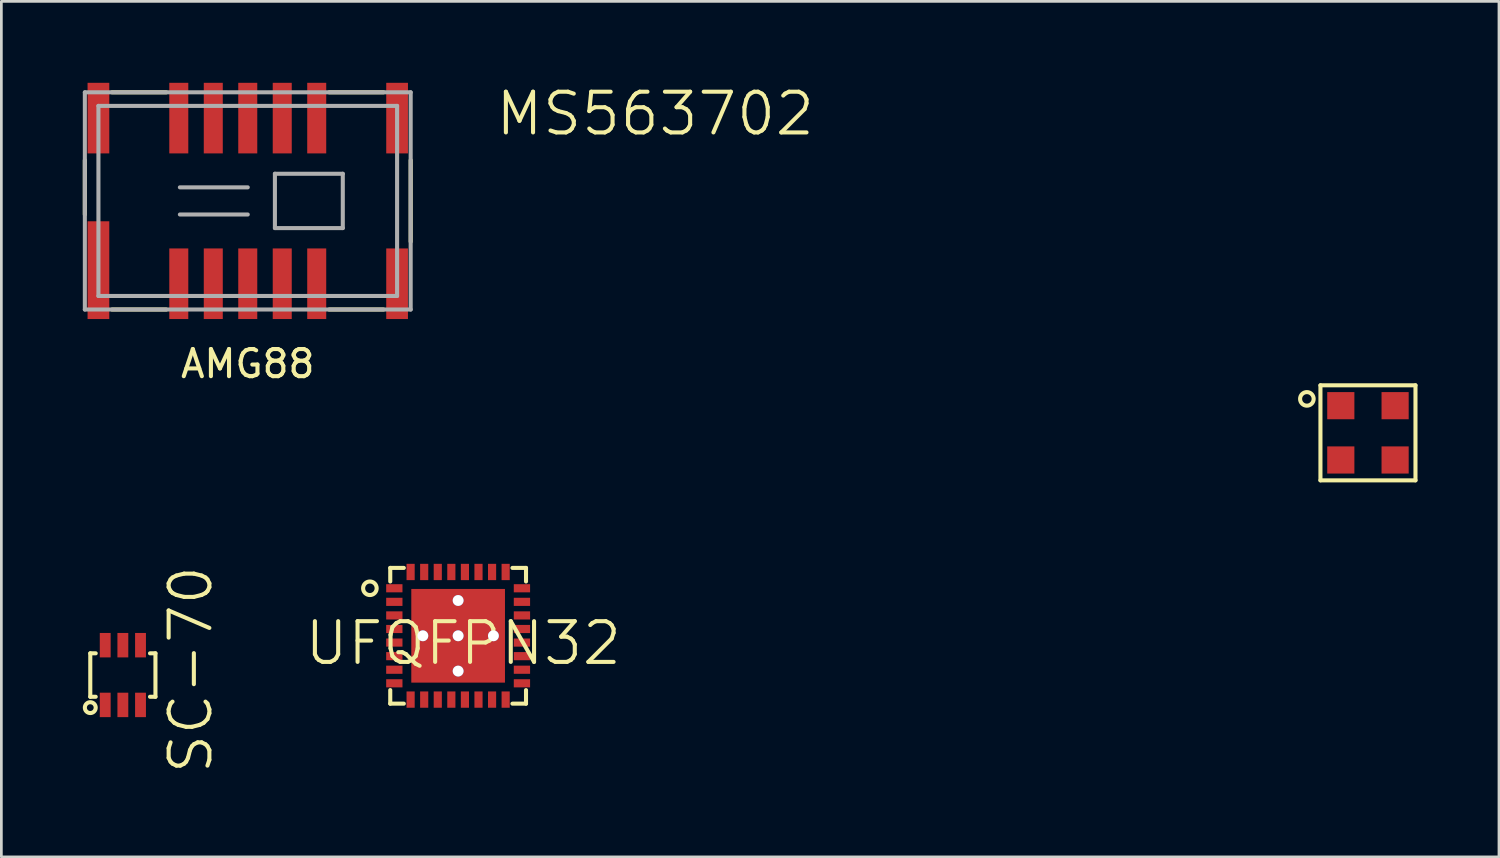
<source format=kicad_pcb>
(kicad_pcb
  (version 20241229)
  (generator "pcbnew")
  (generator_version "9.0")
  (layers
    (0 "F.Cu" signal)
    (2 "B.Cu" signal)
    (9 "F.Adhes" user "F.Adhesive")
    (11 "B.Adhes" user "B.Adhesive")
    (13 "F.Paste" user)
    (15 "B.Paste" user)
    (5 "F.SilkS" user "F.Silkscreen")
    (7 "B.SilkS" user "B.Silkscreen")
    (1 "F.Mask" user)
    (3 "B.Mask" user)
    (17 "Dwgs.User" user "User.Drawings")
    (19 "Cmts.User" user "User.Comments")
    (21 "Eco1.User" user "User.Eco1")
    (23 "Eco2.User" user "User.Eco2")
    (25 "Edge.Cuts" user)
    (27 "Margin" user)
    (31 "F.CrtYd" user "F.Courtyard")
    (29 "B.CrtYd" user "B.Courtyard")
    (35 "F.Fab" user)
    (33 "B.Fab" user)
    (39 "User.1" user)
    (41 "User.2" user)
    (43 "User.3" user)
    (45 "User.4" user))
  (footprint "MS563702"
    (layer "F.Cu")
    (at 47.332 12.891)
    (property "Reference" "MS563702" (at -26.25 -11.75 0) (layer "F.SilkS") (effects (font (size 1.5 1.5) (thickness 0.15))))
    (attr through_hole)
    (fp_line (start -1.75 -1.75) (end -1.75 1.75) (stroke (width 0.15) (type solid)) (layer "F.SilkS"))
    (fp_line (start -1.75 1.75) (end 1.75 1.75) (stroke (width 0.15) (type solid)) (layer "F.SilkS"))
    (fp_line (start 1.75 -1.75) (end -1.75 -1.75) (stroke (width 0.15) (type solid)) (layer "F.SilkS"))
    (fp_line (start 1.75 1.75) (end 1.75 -1.75) (stroke (width 0.15) (type solid)) (layer "F.SilkS"))
    (fp_circle (center -2.25 -1.25) (end -2 -1.25) (stroke (width 0.15) (type solid)) (fill no) (layer "F.SilkS"))
    (pad "1" smd rect (at -1 -1) (size 1 1) (layers "F.Cu" "F.Mask" "F.Paste"))
    (pad "2" smd rect (at -1 1) (size 1 1) (layers "F.Cu" "F.Mask" "F.Paste"))
    (pad "3" smd rect (at 1 -1) (size 1 1) (layers "F.Cu" "F.Mask" "F.Paste"))
    (pad "4" smd rect (at 1 1) (size 1 1) (layers "F.Cu" "F.Mask" "F.Paste")))
  (footprint "AMG88"
    (layer "F.Cu")
    (at 6.075 4.35)
    (property "Reference" "AMG88" (at 0 6 0) (layer "F.SilkS") (effects (font (size 1 1) (thickness 0.15))))
    (attr through_hole)
    (fp_line (start -6 -1.5) (end -6 0.5) (stroke (width 0.15) (type solid)) (layer "F.SilkS"))
    (fp_line (start -5 -4) (end -3 -4) (stroke (width 0.15) (type solid)) (layer "F.SilkS"))
    (fp_line (start -3 4) (end -5 4) (stroke (width 0.15) (type solid)) (layer "F.SilkS"))
    (fp_line (start 3 -4) (end 5 -4) (stroke (width 0.15) (type solid)) (layer "F.SilkS"))
    (fp_line (start 5 4) (end 3 4) (stroke (width 0.15) (type solid)) (layer "F.SilkS"))
    (fp_line (start 6 -1.5) (end 6 1.5) (stroke (width 0.15) (type solid)) (layer "F.SilkS"))
    (fp_line (start -6 -4) (end -6 4) (stroke (width 0.15) (type solid)) (layer "F.Fab"))
    (fp_line (start -6 4) (end 6 4) (stroke (width 0.15) (type solid)) (layer "F.Fab"))
    (fp_line (start -5.5 -3.5) (end -5.5 3.5) (stroke (width 0.15) (type solid)) (layer "F.Fab"))
    (fp_line (start -5.5 3.5) (end 5.5 3.5) (stroke (width 0.15) (type solid)) (layer "F.Fab"))
    (fp_line (start -2.5 -0.5) (end 0 -0.5) (stroke (width 0.15) (type solid)) (layer "F.Fab"))
    (fp_line (start 0 0.5) (end -2.5 0.5) (stroke (width 0.15) (type solid)) (layer "F.Fab"))
    (fp_line (start 1 -1) (end 1 1) (stroke (width 0.15) (type solid)) (layer "F.Fab"))
    (fp_line (start 1 1) (end 3.5 1) (stroke (width 0.15) (type solid)) (layer "F.Fab"))
    (fp_line (start 3.5 -1) (end 1 -1) (stroke (width 0.15) (type solid)) (layer "F.Fab"))
    (fp_line (start 3.5 1) (end 3.5 -1) (stroke (width 0.15) (type solid)) (layer "F.Fab"))
    (fp_line (start 5.5 -3.5) (end -5.5 -3.5) (stroke (width 0.15) (type solid)) (layer "F.Fab"))
    (fp_line (start 5.5 3.5) (end 5.5 -3.5) (stroke (width 0.15) (type solid)) (layer "F.Fab"))
    (fp_line (start 6 -4) (end -6 -4) (stroke (width 0.15) (type solid)) (layer "F.Fab"))
    (fp_line (start 6 4) (end 6 -4) (stroke (width 0.15) (type solid)) (layer "F.Fab"))
    (pad "1" smd rect (at -5.5 2.55) (size 0.8 3.6) (layers "F.Cu" "F.Mask" "F.Paste"))
    (pad "2" smd rect (at -2.54 3.05) (size 0.7 2.6) (layers "F.Cu" "F.Mask" "F.Paste"))
    (pad "3" smd rect (at -1.27 3.05) (size 0.7 2.6) (layers "F.Cu" "F.Mask" "F.Paste"))
    (pad "4" smd rect (at 0 3.05) (size 0.7 2.6) (layers "F.Cu" "F.Mask" "F.Paste"))
    (pad "5" smd rect (at 1.27 3.05) (size 0.7 2.6) (layers "F.Cu" "F.Mask" "F.Paste"))
    (pad "6" smd rect (at 2.54 3.05) (size 0.7 2.6) (layers "F.Cu" "F.Mask" "F.Paste"))
    (pad "7" smd rect (at 5.5 3.05) (size 0.8 2.6) (layers "F.Cu" "F.Mask" "F.Paste"))
    (pad "8" smd rect (at 5.5 -3.05) (size 0.8 2.6) (layers "F.Cu" "F.Mask" "F.Paste"))
    (pad "9" smd rect (at 2.54 -3.05) (size 0.7 2.6) (layers "F.Cu" "F.Mask" "F.Paste"))
    (pad "10" smd rect (at 1.27 -3.05) (size 0.7 2.6) (layers "F.Cu" "F.Mask" "F.Paste"))
    (pad "11" smd rect (at 0 -3.05) (size 0.7 2.6) (layers "F.Cu" "F.Mask" "F.Paste"))
    (pad "12" smd rect (at -1.27 -3.05) (size 0.7 2.6) (layers "F.Cu" "F.Mask" "F.Paste"))
    (pad "13" smd rect (at -2.54 -3.05) (size 0.7 2.6) (layers "F.Cu" "F.Mask" "F.Paste"))
    (pad "14" smd rect (at -5.5 -3.05) (size 0.8 2.6) (layers "F.Cu" "F.Mask" "F.Paste")))
  (footprint "UFQFPN32"
    (layer "F.Cu")
    (at 13.823 20.366)
    (property "Reference" "UFQFPN32" (at 0.189 0.275 0) (layer "F.SilkS") (effects (font (size 1.5 1.5) (thickness 0.15))))
    (attr through_hole)
    (fp_line (start -2.5 -2.5) (end -2 -2.5) (stroke (width 0.15) (type solid)) (layer "F.SilkS"))
    (fp_line (start -2.5 -2) (end -2.5 -2.5) (stroke (width 0.15) (type solid)) (layer "F.SilkS"))
    (fp_line (start -2.5 2) (end -2.5 2.5) (stroke (width 0.15) (type solid)) (layer "F.SilkS"))
    (fp_line (start -2.5 2.5) (end -2 2.5) (stroke (width 0.15) (type solid)) (layer "F.SilkS"))
    (fp_line (start 2 -2.5) (end 2.5 -2.5) (stroke (width 0.15) (type solid)) (layer "F.SilkS"))
    (fp_line (start 2.5 -2.5) (end 2.5 -2) (stroke (width 0.15) (type solid)) (layer "F.SilkS"))
    (fp_line (start 2.5 2) (end 2.5 2.5) (stroke (width 0.15) (type solid)) (layer "F.SilkS"))
    (fp_line (start 2.5 2.5) (end 2 2.5) (stroke (width 0.15) (type solid)) (layer "F.SilkS"))
    (fp_circle (center -3.25 -1.75) (end -3 -1.75) (stroke (width 0.15) (type solid)) (fill no) (layer "F.SilkS"))
    (pad "1" smd rect (at -2.35 -1.75) (size 0.6 0.3) (layers "F.Cu" "F.Mask" "F.Paste"))
    (pad "2" smd rect (at -2.35 -1.25) (size 0.6 0.3) (layers "F.Cu" "F.Mask" "F.Paste"))
    (pad "3" smd rect (at -2.35 -0.75) (size 0.6 0.3) (layers "F.Cu" "F.Mask" "F.Paste"))
    (pad "4" smd rect (at -2.35 -0.25) (size 0.6 0.3) (layers "F.Cu" "F.Mask" "F.Paste"))
    (pad "5" smd rect (at -2.35 0.25) (size 0.6 0.3) (layers "F.Cu" "F.Mask" "F.Paste"))
    (pad "6" smd rect (at -2.35 0.75) (size 0.6 0.3) (layers "F.Cu" "F.Mask" "F.Paste"))
    (pad "7" smd rect (at -2.35 1.25) (size 0.6 0.3) (layers "F.Cu" "F.Mask" "F.Paste"))
    (pad "8" smd rect (at -2.35 1.75) (size 0.6 0.3) (layers "F.Cu" "F.Mask" "F.Paste"))
    (pad "9" smd rect (at -1.75 2.35) (size 0.3 0.6) (layers "F.Cu" "F.Mask" "F.Paste"))
    (pad "10" smd rect (at -1.25 2.35) (size 0.3 0.6) (layers "F.Cu" "F.Mask" "F.Paste"))
    (pad "11" smd rect (at -0.75 2.35) (size 0.3 0.6) (layers "F.Cu" "F.Mask" "F.Paste"))
    (pad "12" smd rect (at -0.25 2.35) (size 0.3 0.6) (layers "F.Cu" "F.Mask" "F.Paste"))
    (pad "13" smd rect (at 0.25 2.35) (size 0.3 0.6) (layers "F.Cu" "F.Mask" "F.Paste"))
    (pad "14" smd rect (at 0.75 2.35) (size 0.3 0.6) (layers "F.Cu" "F.Mask" "F.Paste"))
    (pad "15" smd rect (at 1.25 2.35) (size 0.3 0.6) (layers "F.Cu" "F.Mask" "F.Paste"))
    (pad "16" smd rect (at 1.75 2.35) (size 0.3 0.6) (layers "F.Cu" "F.Mask" "F.Paste"))
    (pad "17" smd rect (at 2.35 1.75) (size 0.6 0.3) (layers "F.Cu" "F.Mask" "F.Paste"))
    (pad "18" smd rect (at 2.35 1.25) (size 0.6 0.3) (layers "F.Cu" "F.Mask" "F.Paste"))
    (pad "19" smd rect (at 2.35 0.75) (size 0.6 0.3) (layers "F.Cu" "F.Mask" "F.Paste"))
    (pad "20" smd rect (at 2.35 0.25) (size 0.6 0.3) (layers "F.Cu" "F.Mask" "F.Paste"))
    (pad "21" smd rect (at 2.35 -0.25) (size 0.6 0.3) (layers "F.Cu" "F.Mask" "F.Paste"))
    (pad "22" smd rect (at 2.35 -0.75) (size 0.6 0.3) (layers "F.Cu" "F.Mask" "F.Paste"))
    (pad "23" smd rect (at 2.35 -1.25) (size 0.6 0.3) (layers "F.Cu" "F.Mask" "F.Paste"))
    (pad "24" smd rect (at 2.35 -1.75) (size 0.6 0.3) (layers "F.Cu" "F.Mask" "F.Paste"))
    (pad "25" smd rect (at 1.75 -2.35) (size 0.3 0.6) (layers "F.Cu" "F.Mask" "F.Paste"))
    (pad "26" smd rect (at 1.25 -2.35) (size 0.3 0.6) (layers "F.Cu" "F.Mask" "F.Paste"))
    (pad "27" smd rect (at 0.75 -2.35) (size 0.3 0.6) (layers "F.Cu" "F.Mask" "F.Paste"))
    (pad "28" smd rect (at 0.25 -2.35) (size 0.3 0.6) (layers "F.Cu" "F.Mask" "F.Paste"))
    (pad "29" smd rect (at -0.25 -2.35) (size 0.3 0.6) (layers "F.Cu" "F.Mask" "F.Paste"))
    (pad "30" smd rect (at -0.75 -2.35) (size 0.3 0.6) (layers "F.Cu" "F.Mask" "F.Paste"))
    (pad "31" smd rect (at -1.25 -2.35) (size 0.3 0.6) (layers "F.Cu" "F.Mask" "F.Paste"))
    (pad "32" smd rect (at -1.75 -2.35) (size 0.3 0.6) (layers "F.Cu" "F.Mask" "F.Paste"))
    (pad "33" thru_hole circle (at -1.3 0) (size 0.4 0.4) (drill 0.4) (layers "*.Cu"))
    (pad "33" smd rect (at -0.9 -0.9) (size 1.2 1.2) (layers "F.Cu" "F.Mask" "F.Paste"))
    (pad "33" smd rect (at -0.9 0.9) (size 1.2 1.2) (layers "F.Cu" "F.Mask" "F.Paste"))
    (pad "33" thru_hole circle (at 0 -1.3) (size 0.4 0.4) (drill 0.4) (layers "*.Cu"))
    (pad "33" thru_hole circle (at 0 0) (size 0.4 0.4) (drill 0.4) (layers "*.Cu"))
    (pad "33" smd rect (at 0 0) (size 3.45 3.45) (layers "F.Cu"))
    (pad "33" thru_hole circle (at 0 1.3) (size 0.4 0.4) (drill 0.4) (layers "*.Cu"))
    (pad "33" smd rect (at 0.9 -0.9) (size 1.2 1.2) (layers "F.Cu" "F.Mask" "F.Paste"))
    (pad "33" smd rect (at 0.9 0.9) (size 1.2 1.2) (layers "F.Cu" "F.Mask" "F.Paste"))
    (pad "33" thru_hole circle (at 1.3 0) (size 0.4 0.4) (drill 0.4) (layers "*.Cu")))
  (footprint "SC-70"
    (layer "F.Cu")
    (at 1.475 21.812)
    (property "Reference" "SC-70" (at 2.5 -0.2 90) (layer "F.SilkS") (effects (font (size 1.5 1.5) (thickness 0.15))))
    (attr through_hole)
    (fp_line (start -1.2 -0.8) (end -1.2 0.8) (stroke (width 0.15) (type solid)) (layer "F.SilkS"))
    (fp_line (start -1.2 -0.8) (end -1 -0.8) (stroke (width 0.15) (type solid)) (layer "F.SilkS"))
    (fp_line (start -1.2 0.8) (end -1 0.8) (stroke (width 0.15) (type solid)) (layer "F.SilkS"))
    (fp_line (start 1 -0.8) (end 1.2 -0.8) (stroke (width 0.15) (type solid)) (layer "F.SilkS"))
    (fp_line (start 1.2 -0.8) (end 1.2 0.8) (stroke (width 0.15) (type solid)) (layer "F.SilkS"))
    (fp_line (start 1.2 0.8) (end 1 0.8) (stroke (width 0.15) (type solid)) (layer "F.SilkS"))
    (fp_circle (center -1.2 1.2) (end -1 1.2) (stroke (width 0.15) (type solid)) (fill no) (layer "F.SilkS"))
    (pad "1" smd rect (at -0.65 1.1) (size 0.4 0.9) (layers "F.Cu" "F.Mask" "F.Paste"))
    (pad "2" smd rect (at 0 1.1) (size 0.4 0.9) (layers "F.Cu" "F.Mask" "F.Paste"))
    (pad "3" smd rect (at 0.65 1.1) (size 0.4 0.9) (layers "F.Cu" "F.Mask" "F.Paste"))
    (pad "4" smd rect (at 0.65 -1.1) (size 0.4 0.9) (layers "F.Cu" "F.Mask" "F.Paste"))
    (pad "5" smd rect (at 0 -1.1) (size 0.4 0.9) (layers "F.Cu" "F.Mask" "F.Paste"))
    (pad "6" smd rect (at -0.65 -1.1) (size 0.4 0.9) (layers "F.Cu" "F.Mask" "F.Paste")))
  (gr_rect
    (start -3 -3)
    (end 52.157 28.509)
    (stroke (width 0.1) (type default))
    (fill no)
    (layer "Edge.Cuts")))
</source>
